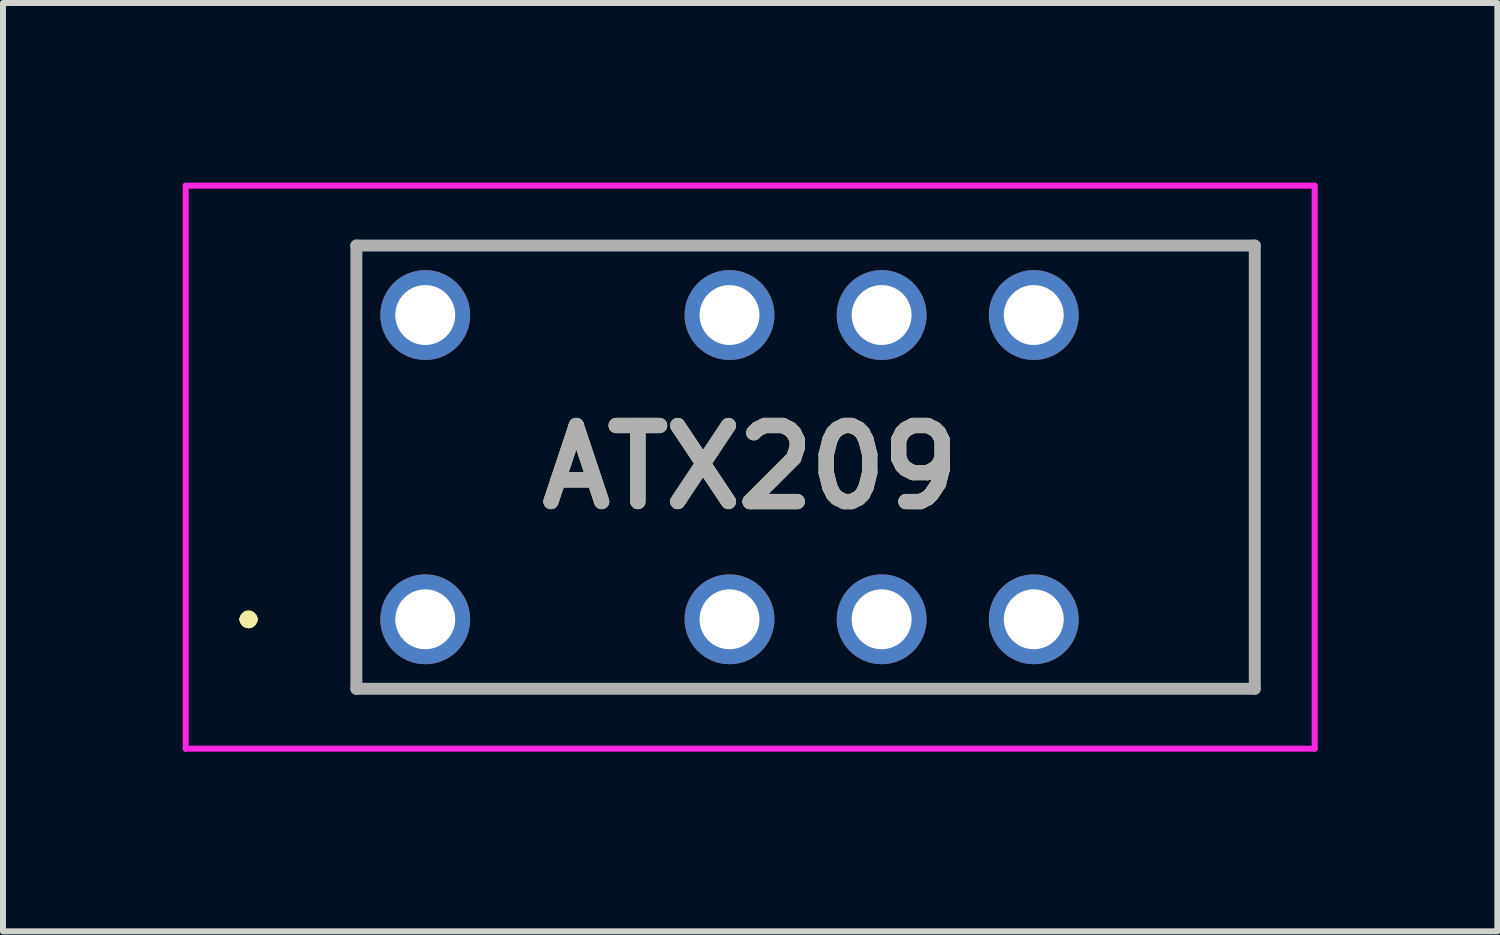
<source format=kicad_pcb>
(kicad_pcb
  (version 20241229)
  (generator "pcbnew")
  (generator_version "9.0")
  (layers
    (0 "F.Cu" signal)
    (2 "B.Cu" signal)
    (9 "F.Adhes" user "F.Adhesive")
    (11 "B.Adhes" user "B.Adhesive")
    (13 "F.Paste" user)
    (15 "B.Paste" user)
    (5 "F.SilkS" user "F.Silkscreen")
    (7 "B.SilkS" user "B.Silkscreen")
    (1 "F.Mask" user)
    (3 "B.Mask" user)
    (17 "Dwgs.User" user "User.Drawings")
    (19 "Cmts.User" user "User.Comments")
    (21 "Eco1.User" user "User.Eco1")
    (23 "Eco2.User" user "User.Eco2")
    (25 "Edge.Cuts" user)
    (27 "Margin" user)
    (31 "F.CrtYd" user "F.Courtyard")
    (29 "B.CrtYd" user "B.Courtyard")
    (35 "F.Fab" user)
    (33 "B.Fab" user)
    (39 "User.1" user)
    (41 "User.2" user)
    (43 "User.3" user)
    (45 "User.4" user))
  (footprint "ATX209"
    (layer "F.Cu")
    (at 4.05 7.29)
    (property "Reference" "ATX209" (at 5.425 -2.54 0) (layer "F.SilkS") (effects (font (size 1.27 1.27) (thickness 0.254))))
    (attr through_hole)
    (fp_line (start -3 0) (end -3 0) (stroke (width 0.2) (type solid)) (layer "F.SilkS"))
    (fp_line (start -3 0) (end -3 0) (stroke (width 0.2) (type solid)) (layer "F.SilkS"))
    (fp_line (start -2.9 0) (end -2.9 0) (stroke (width 0.2) (type solid)) (layer "F.SilkS"))
    (fp_line (start -1.15 -6.24) (end -1.15 1.16) (stroke (width 0.1) (type solid)) (layer "F.SilkS"))
    (fp_line (start -1.15 1.16) (end 13.85 1.16) (stroke (width 0.1) (type solid)) (layer "F.SilkS"))
    (fp_line (start 13.85 -6.24) (end -1.15 -6.24) (stroke (width 0.1) (type solid)) (layer "F.SilkS"))
    (fp_line (start 13.85 1.16) (end 13.85 -6.24) (stroke (width 0.1) (type solid)) (layer "F.SilkS"))
    (fp_arc (start -3 0) (mid -2.95 -0.05) (end -2.9 0) (stroke (width 0.2) (type solid)) (layer "F.SilkS"))
    (fp_arc (start -2.9 0) (mid -2.95 0.05) (end -3 0) (stroke (width 0.2) (type solid)) (layer "F.SilkS"))
    (fp_arc (start -2.9 0) (mid -2.95 0.05) (end -3 0) (stroke (width 0.2) (type solid)) (layer "F.SilkS"))
    (fp_line (start -4 -7.24) (end -4 2.16) (stroke (width 0.1) (type solid)) (layer "F.CrtYd"))
    (fp_line (start -4 2.16) (end 14.85 2.16) (stroke (width 0.1) (type solid)) (layer "F.CrtYd"))
    (fp_line (start 14.85 -7.24) (end -4 -7.24) (stroke (width 0.1) (type solid)) (layer "F.CrtYd"))
    (fp_line (start 14.85 2.16) (end 14.85 -7.24) (stroke (width 0.1) (type solid)) (layer "F.CrtYd"))
    (fp_line (start -1.15 -6.24) (end 13.85 -6.24) (stroke (width 0.2) (type solid)) (layer "F.Fab"))
    (fp_line (start -1.15 1.16) (end -1.15 -6.24) (stroke (width 0.2) (type solid)) (layer "F.Fab"))
    (fp_line (start 13.85 -6.24) (end 13.85 1.16) (stroke (width 0.2) (type solid)) (layer "F.Fab"))
    (fp_line (start 13.85 1.16) (end -1.15 1.16) (stroke (width 0.2) (type solid)) (layer "F.Fab"))
    (fp_text user "${REFERENCE}" (at 5.425 -2.54 0) (layer "F.Fab") (effects (font (size 1.27 1.27) (thickness 0.254))))
    (pad "1" thru_hole circle (at 0 0) (size 1.5 1.5) (drill 1) (layers "*.Cu" "*.Mask"))
    (pad "3" thru_hole circle (at 5.08 0) (size 1.5 1.5) (drill 1) (layers "*.Cu" "*.Mask"))
    (pad "4" thru_hole circle (at 7.62 0) (size 1.5 1.5) (drill 1) (layers "*.Cu" "*.Mask"))
    (pad "5" thru_hole circle (at 10.16 0) (size 1.5 1.5) (drill 1) (layers "*.Cu" "*.Mask"))
    (pad "8" thru_hole circle (at 10.16 -5.08) (size 1.5 1.5) (drill 1) (layers "*.Cu" "*.Mask"))
    (pad "9" thru_hole circle (at 7.62 -5.08) (size 1.5 1.5) (drill 1) (layers "*.Cu" "*.Mask"))
    (pad "10" thru_hole circle (at 5.08 -5.08) (size 1.5 1.5) (drill 1) (layers "*.Cu" "*.Mask"))
    (pad "12" thru_hole circle (at 0 -5.08) (size 1.5 1.5) (drill 1) (layers "*.Cu" "*.Mask")))
  (gr_rect
    (start -3 -3)
    (end 21.95 12.5)
    (stroke (width 0.1) (type default))
    (fill no)
    (layer "Edge.Cuts")))
</source>
